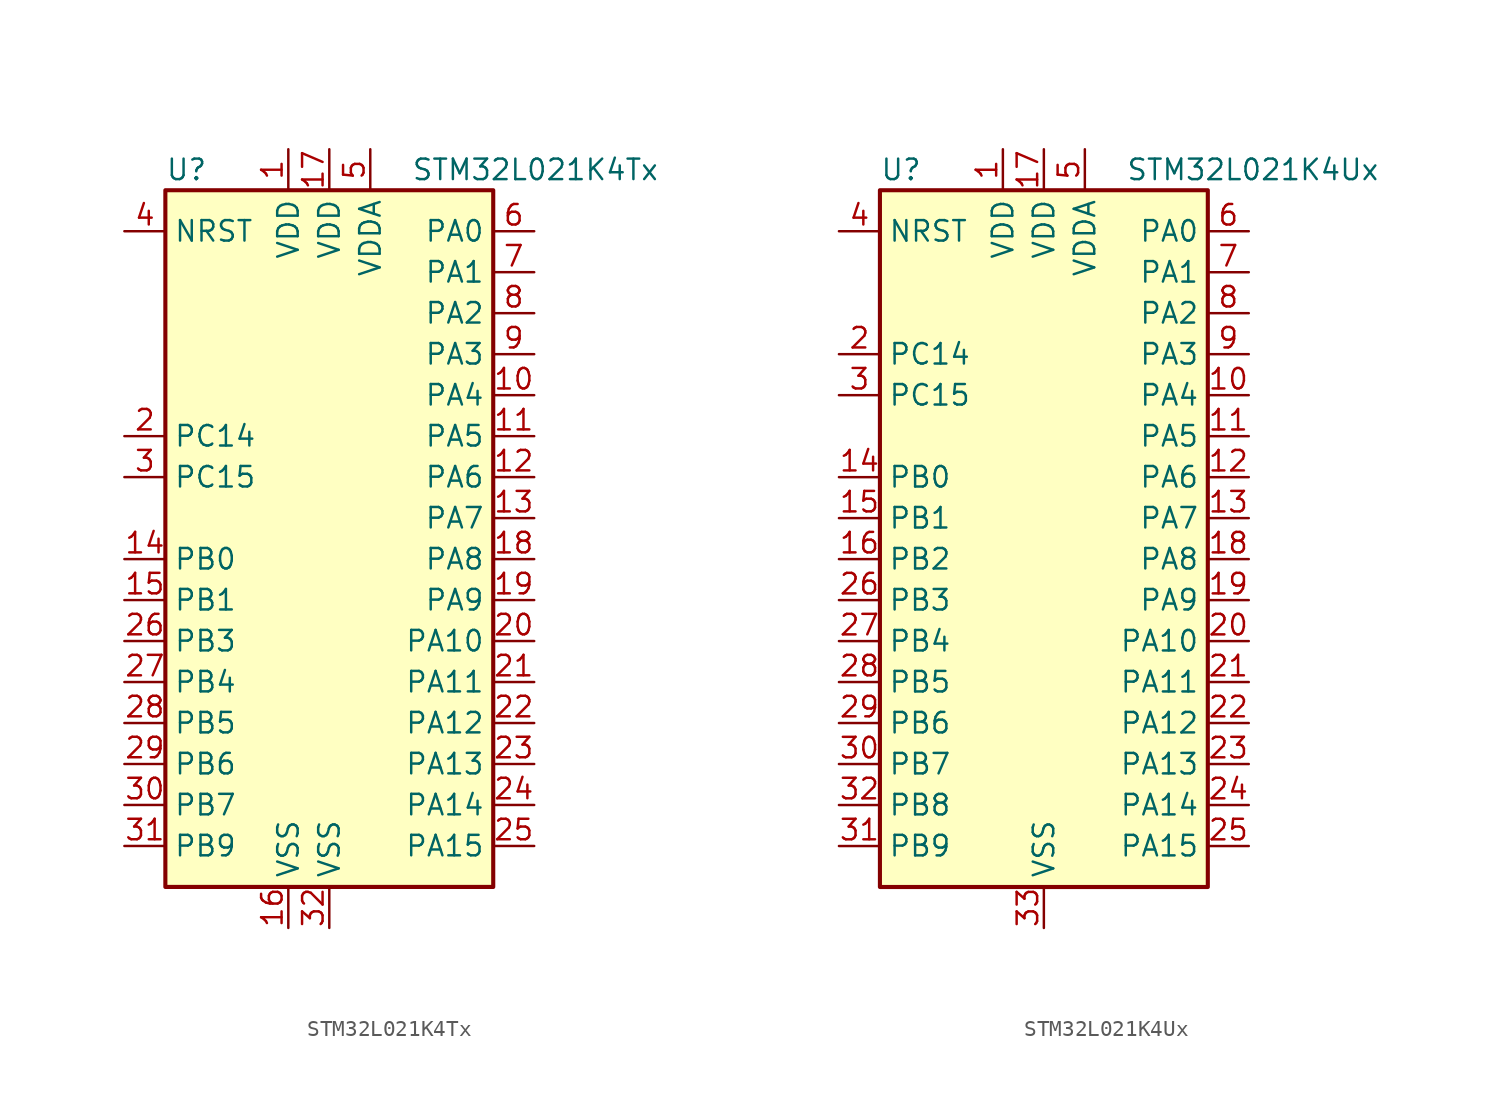
<source format=kicad_sym>
(kicad_symbol_lib
  (version 20201005)
  (generator kicad_symbol_editor)
  (symbol "STM32L021K4Tx"
    (property "Reference" "U"
      (at -10.16 21.59 0)
      (effects (font (size 1.27 1.27)) (justify left)))
    (property "Value" "STM32L021K4Tx"
      (at 5.08 21.59 0)
      (effects (font (size 1.27 1.27)) (justify left)))
    (symbol "STM32L021K4Tx_0_1"
      (rectangle (start -10.16 -22.86) (end 10.16 20.32) (stroke (width 0.254)) (fill (type background))))
    (symbol "STM32L021K4Tx_1_1"
      (pin power_in line (at -2.54 22.86 270) (length 2.54) (name "VDD" (effects (font (size 1.27 1.27)))) (number "1" (effects (font (size 1.27 1.27)))))
      (pin bidirectional line (at 12.7 7.62 180) (length 2.54) (name "PA4" (effects (font (size 1.27 1.27)))) (number "10" (effects (font (size 1.27 1.27)))))
      (pin bidirectional line (at 12.7 5.08 180) (length 2.54) (name "PA5" (effects (font (size 1.27 1.27)))) (number "11" (effects (font (size 1.27 1.27)))))
      (pin bidirectional line (at 12.7 2.54 180) (length 2.54) (name "PA6" (effects (font (size 1.27 1.27)))) (number "12" (effects (font (size 1.27 1.27)))))
      (pin bidirectional line (at 12.7 0 180) (length 2.54) (name "PA7" (effects (font (size 1.27 1.27)))) (number "13" (effects (font (size 1.27 1.27)))))
      (pin bidirectional line (at -12.7 -2.54 0) (length 2.54) (name "PB0" (effects (font (size 1.27 1.27)))) (number "14" (effects (font (size 1.27 1.27)))))
      (pin bidirectional line (at -12.7 -5.08 0) (length 2.54) (name "PB1" (effects (font (size 1.27 1.27)))) (number "15" (effects (font (size 1.27 1.27)))))
      (pin power_in line (at -2.54 -25.4 90) (length 2.54) (name "VSS" (effects (font (size 1.27 1.27)))) (number "16" (effects (font (size 1.27 1.27)))))
      (pin power_in line (at 0 22.86 270) (length 2.54) (name "VDD" (effects (font (size 1.27 1.27)))) (number "17" (effects (font (size 1.27 1.27)))))
      (pin bidirectional line (at 12.7 -2.54 180) (length 2.54) (name "PA8" (effects (font (size 1.27 1.27)))) (number "18" (effects (font (size 1.27 1.27)))))
      (pin bidirectional line (at 12.7 -5.08 180) (length 2.54) (name "PA9" (effects (font (size 1.27 1.27)))) (number "19" (effects (font (size 1.27 1.27)))))
      (pin bidirectional line (at -12.7 5.08 0) (length 2.54) (name "PC14" (effects (font (size 1.27 1.27)))) (number "2" (effects (font (size 1.27 1.27)))))
      (pin bidirectional line (at 12.7 -7.62 180) (length 2.54) (name "PA10" (effects (font (size 1.27 1.27)))) (number "20" (effects (font (size 1.27 1.27)))))
      (pin bidirectional line (at 12.7 -10.16 180) (length 2.54) (name "PA11" (effects (font (size 1.27 1.27)))) (number "21" (effects (font (size 1.27 1.27)))))
      (pin bidirectional line (at 12.7 -12.7 180) (length 2.54) (name "PA12" (effects (font (size 1.27 1.27)))) (number "22" (effects (font (size 1.27 1.27)))))
      (pin bidirectional line (at 12.7 -15.24 180) (length 2.54) (name "PA13" (effects (font (size 1.27 1.27)))) (number "23" (effects (font (size 1.27 1.27)))))
      (pin bidirectional line (at 12.7 -17.78 180) (length 2.54) (name "PA14" (effects (font (size 1.27 1.27)))) (number "24" (effects (font (size 1.27 1.27)))))
      (pin bidirectional line (at 12.7 -20.32 180) (length 2.54) (name "PA15" (effects (font (size 1.27 1.27)))) (number "25" (effects (font (size 1.27 1.27)))))
      (pin bidirectional line (at -12.7 -7.62 0) (length 2.54) (name "PB3" (effects (font (size 1.27 1.27)))) (number "26" (effects (font (size 1.27 1.27)))))
      (pin bidirectional line (at -12.7 -10.16 0) (length 2.54) (name "PB4" (effects (font (size 1.27 1.27)))) (number "27" (effects (font (size 1.27 1.27)))))
      (pin bidirectional line (at -12.7 -12.7 0) (length 2.54) (name "PB5" (effects (font (size 1.27 1.27)))) (number "28" (effects (font (size 1.27 1.27)))))
      (pin bidirectional line (at -12.7 -15.24 0) (length 2.54) (name "PB6" (effects (font (size 1.27 1.27)))) (number "29" (effects (font (size 1.27 1.27)))))
      (pin bidirectional line (at -12.7 2.54 0) (length 2.54) (name "PC15" (effects (font (size 1.27 1.27)))) (number "3" (effects (font (size 1.27 1.27)))))
      (pin bidirectional line (at -12.7 -17.78 0) (length 2.54) (name "PB7" (effects (font (size 1.27 1.27)))) (number "30" (effects (font (size 1.27 1.27)))))
      (pin bidirectional line (at -12.7 -20.32 0) (length 2.54) (name "PB9" (effects (font (size 1.27 1.27)))) (number "31" (effects (font (size 1.27 1.27)))))
      (pin power_in line (at 0 -25.4 90) (length 2.54) (name "VSS" (effects (font (size 1.27 1.27)))) (number "32" (effects (font (size 1.27 1.27)))))
      (pin input line (at -12.7 17.78 0) (length 2.54) (name "NRST" (effects (font (size 1.27 1.27)))) (number "4" (effects (font (size 1.27 1.27)))))
      (pin power_in line (at 2.54 22.86 270) (length 2.54) (name "VDDA" (effects (font (size 1.27 1.27)))) (number "5" (effects (font (size 1.27 1.27)))))
      (pin bidirectional line (at 12.7 17.78 180) (length 2.54) (name "PA0" (effects (font (size 1.27 1.27)))) (number "6" (effects (font (size 1.27 1.27)))))
      (pin bidirectional line (at 12.7 15.24 180) (length 2.54) (name "PA1" (effects (font (size 1.27 1.27)))) (number "7" (effects (font (size 1.27 1.27)))))
      (pin bidirectional line (at 12.7 12.7 180) (length 2.54) (name "PA2" (effects (font (size 1.27 1.27)))) (number "8" (effects (font (size 1.27 1.27)))))
      (pin bidirectional line (at 12.7 10.16 180) (length 2.54) (name "PA3" (effects (font (size 1.27 1.27)))) (number "9" (effects (font (size 1.27 1.27)))))))
  (symbol "STM32L021K4Ux"
    (property "Reference" "U"
      (at -10.16 21.59 0)
      (effects (font (size 1.27 1.27)) (justify left)))
    (property "Value" "STM32L021K4Ux"
      (at 5.08 21.59 0)
      (effects (font (size 1.27 1.27)) (justify left)))
    (symbol "STM32L021K4Ux_0_1"
      (rectangle (start -10.16 -22.86) (end 10.16 20.32) (stroke (width 0.254)) (fill (type background))))
    (symbol "STM32L021K4Ux_1_1"
      (pin power_in line (at -2.54 22.86 270) (length 2.54) (name "VDD" (effects (font (size 1.27 1.27)))) (number "1" (effects (font (size 1.27 1.27)))))
      (pin bidirectional line (at 12.7 7.62 180) (length 2.54) (name "PA4" (effects (font (size 1.27 1.27)))) (number "10" (effects (font (size 1.27 1.27)))))
      (pin bidirectional line (at 12.7 5.08 180) (length 2.54) (name "PA5" (effects (font (size 1.27 1.27)))) (number "11" (effects (font (size 1.27 1.27)))))
      (pin bidirectional line (at 12.7 2.54 180) (length 2.54) (name "PA6" (effects (font (size 1.27 1.27)))) (number "12" (effects (font (size 1.27 1.27)))))
      (pin bidirectional line (at 12.7 0 180) (length 2.54) (name "PA7" (effects (font (size 1.27 1.27)))) (number "13" (effects (font (size 1.27 1.27)))))
      (pin bidirectional line (at -12.7 2.54 0) (length 2.54) (name "PB0" (effects (font (size 1.27 1.27)))) (number "14" (effects (font (size 1.27 1.27)))))
      (pin bidirectional line (at -12.7 0 0) (length 2.54) (name "PB1" (effects (font (size 1.27 1.27)))) (number "15" (effects (font (size 1.27 1.27)))))
      (pin bidirectional line (at -12.7 -2.54 0) (length 2.54) (name "PB2" (effects (font (size 1.27 1.27)))) (number "16" (effects (font (size 1.27 1.27)))))
      (pin power_in line (at 0 22.86 270) (length 2.54) (name "VDD" (effects (font (size 1.27 1.27)))) (number "17" (effects (font (size 1.27 1.27)))))
      (pin bidirectional line (at 12.7 -2.54 180) (length 2.54) (name "PA8" (effects (font (size 1.27 1.27)))) (number "18" (effects (font (size 1.27 1.27)))))
      (pin bidirectional line (at 12.7 -5.08 180) (length 2.54) (name "PA9" (effects (font (size 1.27 1.27)))) (number "19" (effects (font (size 1.27 1.27)))))
      (pin bidirectional line (at -12.7 10.16 0) (length 2.54) (name "PC14" (effects (font (size 1.27 1.27)))) (number "2" (effects (font (size 1.27 1.27)))))
      (pin bidirectional line (at 12.7 -7.62 180) (length 2.54) (name "PA10" (effects (font (size 1.27 1.27)))) (number "20" (effects (font (size 1.27 1.27)))))
      (pin bidirectional line (at 12.7 -10.16 180) (length 2.54) (name "PA11" (effects (font (size 1.27 1.27)))) (number "21" (effects (font (size 1.27 1.27)))))
      (pin bidirectional line (at 12.7 -12.7 180) (length 2.54) (name "PA12" (effects (font (size 1.27 1.27)))) (number "22" (effects (font (size 1.27 1.27)))))
      (pin bidirectional line (at 12.7 -15.24 180) (length 2.54) (name "PA13" (effects (font (size 1.27 1.27)))) (number "23" (effects (font (size 1.27 1.27)))))
      (pin bidirectional line (at 12.7 -17.78 180) (length 2.54) (name "PA14" (effects (font (size 1.27 1.27)))) (number "24" (effects (font (size 1.27 1.27)))))
      (pin bidirectional line (at 12.7 -20.32 180) (length 2.54) (name "PA15" (effects (font (size 1.27 1.27)))) (number "25" (effects (font (size 1.27 1.27)))))
      (pin bidirectional line (at -12.7 -5.08 0) (length 2.54) (name "PB3" (effects (font (size 1.27 1.27)))) (number "26" (effects (font (size 1.27 1.27)))))
      (pin bidirectional line (at -12.7 -7.62 0) (length 2.54) (name "PB4" (effects (font (size 1.27 1.27)))) (number "27" (effects (font (size 1.27 1.27)))))
      (pin bidirectional line (at -12.7 -10.16 0) (length 2.54) (name "PB5" (effects (font (size 1.27 1.27)))) (number "28" (effects (font (size 1.27 1.27)))))
      (pin bidirectional line (at -12.7 -12.7 0) (length 2.54) (name "PB6" (effects (font (size 1.27 1.27)))) (number "29" (effects (font (size 1.27 1.27)))))
      (pin bidirectional line (at -12.7 7.62 0) (length 2.54) (name "PC15" (effects (font (size 1.27 1.27)))) (number "3" (effects (font (size 1.27 1.27)))))
      (pin bidirectional line (at -12.7 -15.24 0) (length 2.54) (name "PB7" (effects (font (size 1.27 1.27)))) (number "30" (effects (font (size 1.27 1.27)))))
      (pin bidirectional line (at -12.7 -20.32 0) (length 2.54) (name "PB9" (effects (font (size 1.27 1.27)))) (number "31" (effects (font (size 1.27 1.27)))))
      (pin bidirectional line (at -12.7 -17.78 0) (length 2.54) (name "PB8" (effects (font (size 1.27 1.27)))) (number "32" (effects (font (size 1.27 1.27)))))
      (pin power_in line (at 0 -25.4 90) (length 2.54) (name "VSS" (effects (font (size 1.27 1.27)))) (number "33" (effects (font (size 1.27 1.27)))))
      (pin input line (at -12.7 17.78 0) (length 2.54) (name "NRST" (effects (font (size 1.27 1.27)))) (number "4" (effects (font (size 1.27 1.27)))))
      (pin power_in line (at 2.54 22.86 270) (length 2.54) (name "VDDA" (effects (font (size 1.27 1.27)))) (number "5" (effects (font (size 1.27 1.27)))))
      (pin bidirectional line (at 12.7 17.78 180) (length 2.54) (name "PA0" (effects (font (size 1.27 1.27)))) (number "6" (effects (font (size 1.27 1.27)))))
      (pin bidirectional line (at 12.7 15.24 180) (length 2.54) (name "PA1" (effects (font (size 1.27 1.27)))) (number "7" (effects (font (size 1.27 1.27)))))
      (pin bidirectional line (at 12.7 12.7 180) (length 2.54) (name "PA2" (effects (font (size 1.27 1.27)))) (number "8" (effects (font (size 1.27 1.27)))))
      (pin bidirectional line (at 12.7 10.16 180) (length 2.54) (name "PA3" (effects (font (size 1.27 1.27)))) (number "9" (effects (font (size 1.27 1.27))))))))
</source>
